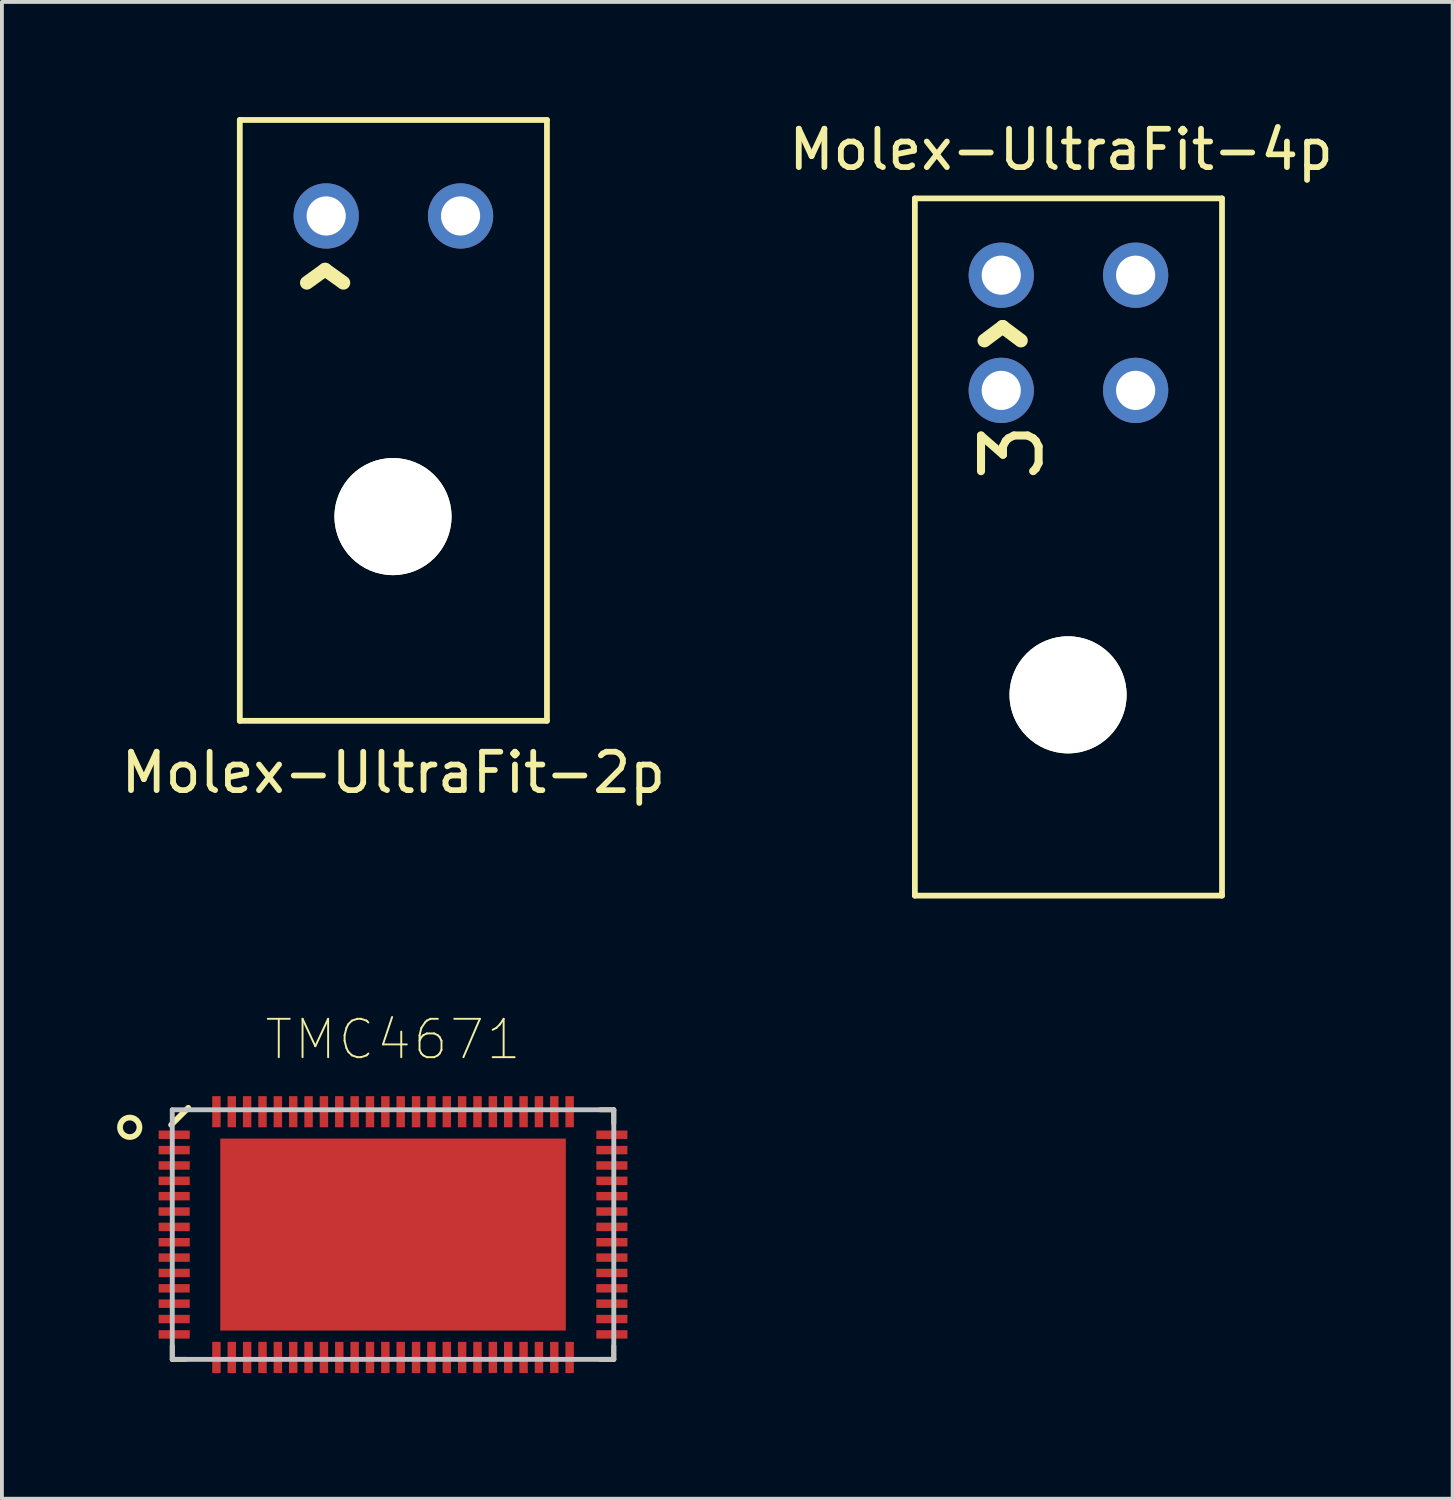
<source format=kicad_pcb>
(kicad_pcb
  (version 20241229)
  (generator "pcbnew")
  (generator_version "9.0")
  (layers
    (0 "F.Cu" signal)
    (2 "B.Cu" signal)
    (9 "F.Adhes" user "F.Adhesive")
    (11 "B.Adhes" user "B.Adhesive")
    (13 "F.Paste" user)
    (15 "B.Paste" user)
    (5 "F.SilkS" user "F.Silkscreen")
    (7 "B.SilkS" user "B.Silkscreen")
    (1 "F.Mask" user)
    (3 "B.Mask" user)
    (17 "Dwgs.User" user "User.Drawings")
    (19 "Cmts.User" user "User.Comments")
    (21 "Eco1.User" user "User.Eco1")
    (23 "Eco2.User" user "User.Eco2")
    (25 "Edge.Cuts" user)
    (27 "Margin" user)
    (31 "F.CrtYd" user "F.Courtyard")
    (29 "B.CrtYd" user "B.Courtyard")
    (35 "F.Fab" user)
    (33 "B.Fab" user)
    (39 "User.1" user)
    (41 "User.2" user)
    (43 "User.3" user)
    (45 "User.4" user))
  (footprint "Molex-UltraFit-4p"
    (layer "F.Cu")
    (at 20.779 2.118)
    (property "Reference" "Molex-UltraFit-4p" (at 3.81 -1.27 0) (layer "F.SilkS") (effects (font (size 1 1) (thickness 0.15))))
    (attr through_hole)
    (fp_line (start 0 0) (end 0 18.16) (stroke (width 0.15) (type solid)) (layer "F.SilkS"))
    (fp_line (start 0 0) (end 8 0) (stroke (width 0.15) (type solid)) (layer "F.SilkS"))
    (fp_line (start 0 18.16) (end 8 18.16) (stroke (width 0.15) (type solid)) (layer "F.SilkS"))
    (fp_line (start 8 0) (end 8 18.16) (stroke (width 0.15) (type solid)) (layer "F.SilkS"))
    (fp_text user "^" (at 2.286 4.826 0) (layer "F.SilkS") (effects (font (size 2.5 2.5) (thickness 0.357))))
    (fp_text user "3" (at 2.54 6.604 90) (layer "F.SilkS") (effects (font (size 1.5 1.5) (thickness 0.21))))
    (pad "" np_thru_hole circle (at 3.99 12.93) (size 3.05 3.05) (drill 3.05) (layers "*.Cu" "*.Mask" "F.SilkS"))
    (pad "1" thru_hole circle (at 2.25 2) (size 1.7 1.7) (drill 1.02) (layers "*.Cu" "*.Mask"))
    (pad "2" thru_hole circle (at 5.75 2) (size 1.7 1.7) (drill 1.02) (layers "*.Cu" "*.Mask"))
    (pad "3" thru_hole circle (at 2.25 5) (size 1.7 1.7) (drill 1.02) (layers "*.Cu" "*.Mask"))
    (pad "4" thru_hole circle (at 5.75 5) (size 1.7 1.7) (drill 1.02) (layers "*.Cu" "*.Mask")))
  (footprint "Molex-UltraFit-2p"
    (layer "F.Cu")
    (at 7.196 10.475)
    (property "Reference" "Molex-UltraFit-2p" (at 0 6.6 0) (layer "F.SilkS") (effects (font (size 1 1) (thickness 0.15))))
    (attr through_hole)
    (fp_line (start -4 -10.4) (end -4 5.25) (stroke (width 0.15) (type solid)) (layer "F.SilkS"))
    (fp_line (start -4 -10.4) (end 4 -10.4) (stroke (width 0.15) (type solid)) (layer "F.SilkS"))
    (fp_line (start -4 5.25) (end 4 5.25) (stroke (width 0.15) (type solid)) (layer "F.SilkS"))
    (fp_line (start 4 -10.4) (end 4 5.25) (stroke (width 0.15) (type solid)) (layer "F.SilkS"))
    (fp_text user "^" (at -1.778 -5.08 0) (layer "F.SilkS") (effects (font (size 2.4 2.5) (thickness 0.357))))
    (pad "" np_thru_hole circle (at -0.01 -0.07) (size 3.05 3.05) (drill 3.05) (layers "*.Cu" "*.Mask" "F.SilkS"))
    (pad "1" thru_hole circle (at -1.75 -7.9) (size 1.7 1.7) (drill 1.02) (layers "*.Cu" "*.Mask"))
    (pad "2" thru_hole circle (at 1.75 -7.9) (size 1.7 1.7) (drill 1.02) (layers "*.Cu" "*.Mask")))
  (footprint "TMC4671"
    (layer "F.Cu")
    (at 7.187 29.106)
    (property "Reference" "TMC4671" (at 0 -5.08 0) (layer "F.SilkS") (effects (font (size 1 1) (thickness 0.05))))
    (attr smd)
    (fp_line (start -5.779 -2.857) (end -5.334 -3.302) (stroke (width 0.15) (type solid)) (layer "F.SilkS"))
    (fp_line (start -5.75 3.25) (end -5.75 2.9) (stroke (width 0.127) (type solid)) (layer "F.SilkS"))
    (fp_line (start -5.75 3.25) (end -5.4 3.25) (stroke (width 0.127) (type solid)) (layer "F.SilkS"))
    (fp_line (start 5.75 -3.25) (end 5.4 -3.25) (stroke (width 0.127) (type solid)) (layer "F.SilkS"))
    (fp_line (start 5.75 -3.25) (end 5.75 -2.9) (stroke (width 0.127) (type solid)) (layer "F.SilkS"))
    (fp_line (start 5.75 3.25) (end 5.4 3.25) (stroke (width 0.127) (type solid)) (layer "F.SilkS"))
    (fp_line (start 5.75 3.25) (end 5.75 2.9) (stroke (width 0.127) (type solid)) (layer "F.SilkS"))
    (fp_circle (center -6.858 -2.794) (end -6.604 -2.794) (stroke (width 0.15) (type solid)) (fill no) (layer "F.SilkS"))
    (fp_poly (pts (xy -3.92 -0.32) (xy -3.92 -2.18) (xy -0.58 -2.18) (xy -0.58 -0.32)) (stroke (width 0) (type solid)) (fill yes) (layer "F.Paste"))
    (fp_poly (pts (xy -3.92 2.18) (xy -3.92 0.32) (xy -0.58 0.32) (xy -0.58 2.18)) (stroke (width 0) (type solid)) (fill yes) (layer "F.Paste"))
    (fp_poly (pts (xy 0.58 -0.32) (xy 0.58 -2.18) (xy 3.92 -2.18) (xy 3.92 -0.32)) (stroke (width 0) (type solid)) (fill yes) (layer "F.Paste"))
    (fp_poly (pts (xy 0.58 2.18) (xy 0.58 0.32) (xy 3.92 0.32) (xy 3.92 2.18)) (stroke (width 0) (type solid)) (fill yes) (layer "F.Paste"))
    (fp_line (start -5.75 -3.25) (end -5.75 3.25) (stroke (width 0.127) (type solid)) (layer "Dwgs.User"))
    (fp_line (start 5.75 -3.25) (end -5.75 -3.25) (stroke (width 0.127) (type solid)) (layer "Dwgs.User"))
    (fp_line (start 5.75 -3.25) (end 5.75 3.25) (stroke (width 0.127) (type solid)) (layer "Dwgs.User"))
    (fp_line (start 5.75 3.25) (end -5.75 3.25) (stroke (width 0.127) (type solid)) (layer "Dwgs.User"))
    (fp_line (start -6.355 3.855) (end -6.355 -3.855) (stroke (width 0.05) (type solid)) (layer "Eco1.User"))
    (fp_line (start 6.355 -3.855) (end -6.355 -3.855) (stroke (width 0.05) (type solid)) (layer "Eco1.User"))
    (fp_line (start 6.355 3.855) (end -6.355 3.855) (stroke (width 0.05) (type solid)) (layer "Eco1.User"))
    (fp_line (start 6.355 3.855) (end 6.355 -3.855) (stroke (width 0.05) (type solid)) (layer "Eco1.User"))
    (pad "0" smd rect (at 0 0 90) (size 5 9) (layers "F.Cu" "F.Mask" "F.Paste"))
    (pad "1" smd rect (at -5.7 -2.6 180) (size 0.81 0.22) (layers "F.Cu" "F.Mask" "F.Paste"))
    (pad "2" smd rect (at -5.7 -2.2 180) (size 0.81 0.22) (layers "F.Cu" "F.Mask" "F.Paste"))
    (pad "3" smd rect (at -5.7 -1.8 180) (size 0.81 0.22) (layers "F.Cu" "F.Mask" "F.Paste"))
    (pad "4" smd rect (at -5.7 -1.4 180) (size 0.81 0.22) (layers "F.Cu" "F.Mask" "F.Paste"))
    (pad "5" smd rect (at -5.7 -1 180) (size 0.81 0.22) (layers "F.Cu" "F.Mask" "F.Paste"))
    (pad "6" smd rect (at -5.7 -0.6 180) (size 0.81 0.22) (layers "F.Cu" "F.Mask" "F.Paste"))
    (pad "7" smd rect (at -5.7 -0.2 180) (size 0.81 0.22) (layers "F.Cu" "F.Mask" "F.Paste"))
    (pad "8" smd rect (at -5.7 0.2 180) (size 0.81 0.22) (layers "F.Cu" "F.Mask" "F.Paste"))
    (pad "9" smd rect (at -5.7 0.6 180) (size 0.81 0.22) (layers "F.Cu" "F.Mask" "F.Paste"))
    (pad "10" smd rect (at -5.7 1 180) (size 0.81 0.22) (layers "F.Cu" "F.Mask" "F.Paste"))
    (pad "11" smd rect (at -5.7 1.4 180) (size 0.81 0.22) (layers "F.Cu" "F.Mask" "F.Paste"))
    (pad "12" smd rect (at -5.7 1.8 180) (size 0.81 0.22) (layers "F.Cu" "F.Mask" "F.Paste"))
    (pad "13" smd rect (at -5.7 2.2 180) (size 0.81 0.22) (layers "F.Cu" "F.Mask" "F.Paste"))
    (pad "14" smd rect (at -5.7 2.6 180) (size 0.81 0.22) (layers "F.Cu" "F.Mask" "F.Paste"))
    (pad "15" smd rect (at -4.6 3.2 90) (size 0.81 0.22) (layers "F.Cu" "F.Mask" "F.Paste"))
    (pad "16" smd rect (at -4.2 3.2 90) (size 0.81 0.22) (layers "F.Cu" "F.Mask" "F.Paste"))
    (pad "17" smd rect (at -3.8 3.2 90) (size 0.81 0.22) (layers "F.Cu" "F.Mask" "F.Paste"))
    (pad "18" smd rect (at -3.4 3.2 90) (size 0.81 0.22) (layers "F.Cu" "F.Mask" "F.Paste"))
    (pad "19" smd rect (at -3 3.2 90) (size 0.81 0.22) (layers "F.Cu" "F.Mask" "F.Paste"))
    (pad "20" smd rect (at -2.6 3.2 90) (size 0.81 0.22) (layers "F.Cu" "F.Mask" "F.Paste"))
    (pad "21" smd rect (at -2.2 3.2 90) (size 0.81 0.22) (layers "F.Cu" "F.Mask" "F.Paste"))
    (pad "22" smd rect (at -1.8 3.2 90) (size 0.81 0.22) (layers "F.Cu" "F.Mask" "F.Paste"))
    (pad "23" smd rect (at -1.4 3.2 90) (size 0.81 0.22) (layers "F.Cu" "F.Mask" "F.Paste"))
    (pad "24" smd rect (at -1 3.2 90) (size 0.81 0.22) (layers "F.Cu" "F.Mask" "F.Paste"))
    (pad "25" smd rect (at -0.6 3.2 90) (size 0.81 0.22) (layers "F.Cu" "F.Mask" "F.Paste"))
    (pad "26" smd rect (at -0.2 3.2 90) (size 0.81 0.22) (layers "F.Cu" "F.Mask" "F.Paste"))
    (pad "27" smd rect (at 0.2 3.2 90) (size 0.81 0.22) (layers "F.Cu" "F.Mask" "F.Paste"))
    (pad "28" smd rect (at 0.6 3.2 90) (size 0.81 0.22) (layers "F.Cu" "F.Mask" "F.Paste"))
    (pad "29" smd rect (at 1 3.2 90) (size 0.81 0.22) (layers "F.Cu" "F.Mask" "F.Paste"))
    (pad "30" smd rect (at 1.4 3.2 90) (size 0.81 0.22) (layers "F.Cu" "F.Mask" "F.Paste"))
    (pad "31" smd rect (at 1.8 3.2 90) (size 0.81 0.22) (layers "F.Cu" "F.Mask" "F.Paste"))
    (pad "32" smd rect (at 2.2 3.2 90) (size 0.81 0.22) (layers "F.Cu" "F.Mask" "F.Paste"))
    (pad "33" smd rect (at 2.6 3.2 90) (size 0.81 0.22) (layers "F.Cu" "F.Mask" "F.Paste"))
    (pad "34" smd rect (at 3 3.2 90) (size 0.81 0.22) (layers "F.Cu" "F.Mask" "F.Paste"))
    (pad "35" smd rect (at 3.4 3.2 90) (size 0.81 0.22) (layers "F.Cu" "F.Mask" "F.Paste"))
    (pad "36" smd rect (at 3.8 3.2 90) (size 0.81 0.22) (layers "F.Cu" "F.Mask" "F.Paste"))
    (pad "37" smd rect (at 4.2 3.2 90) (size 0.81 0.22) (layers "F.Cu" "F.Mask" "F.Paste"))
    (pad "38" smd rect (at 4.6 3.2 90) (size 0.81 0.22) (layers "F.Cu" "F.Mask" "F.Paste"))
    (pad "39" smd rect (at 5.7 2.6 180) (size 0.81 0.22) (layers "F.Cu" "F.Mask" "F.Paste"))
    (pad "40" smd rect (at 5.7 2.2 180) (size 0.81 0.22) (layers "F.Cu" "F.Mask" "F.Paste"))
    (pad "41" smd rect (at 5.7 1.8 180) (size 0.81 0.22) (layers "F.Cu" "F.Mask" "F.Paste"))
    (pad "42" smd rect (at 5.7 1.4 180) (size 0.81 0.22) (layers "F.Cu" "F.Mask" "F.Paste"))
    (pad "43" smd rect (at 5.7 1 180) (size 0.81 0.22) (layers "F.Cu" "F.Mask" "F.Paste"))
    (pad "44" smd rect (at 5.7 0.6 180) (size 0.81 0.22) (layers "F.Cu" "F.Mask" "F.Paste"))
    (pad "45" smd rect (at 5.7 0.2 180) (size 0.81 0.22) (layers "F.Cu" "F.Mask" "F.Paste"))
    (pad "46" smd rect (at 5.7 -0.2 180) (size 0.81 0.22) (layers "F.Cu" "F.Mask" "F.Paste"))
    (pad "47" smd rect (at 5.7 -0.6 180) (size 0.81 0.22) (layers "F.Cu" "F.Mask" "F.Paste"))
    (pad "48" smd rect (at 5.7 -1 180) (size 0.81 0.22) (layers "F.Cu" "F.Mask" "F.Paste"))
    (pad "49" smd rect (at 5.7 -1.4 180) (size 0.81 0.22) (layers "F.Cu" "F.Mask" "F.Paste"))
    (pad "50" smd rect (at 5.7 -1.8 180) (size 0.81 0.22) (layers "F.Cu" "F.Mask" "F.Paste"))
    (pad "51" smd rect (at 5.7 -2.2 180) (size 0.81 0.22) (layers "F.Cu" "F.Mask" "F.Paste"))
    (pad "52" smd rect (at 5.7 -2.6 180) (size 0.81 0.22) (layers "F.Cu" "F.Mask" "F.Paste"))
    (pad "53" smd rect (at 4.6 -3.2 90) (size 0.81 0.22) (layers "F.Cu" "F.Mask" "F.Paste"))
    (pad "54" smd rect (at 4.2 -3.2 90) (size 0.81 0.22) (layers "F.Cu" "F.Mask" "F.Paste"))
    (pad "55" smd rect (at 3.8 -3.2 90) (size 0.81 0.22) (layers "F.Cu" "F.Mask" "F.Paste"))
    (pad "56" smd rect (at 3.4 -3.2 90) (size 0.81 0.22) (layers "F.Cu" "F.Mask" "F.Paste"))
    (pad "57" smd rect (at 3 -3.2 90) (size 0.81 0.22) (layers "F.Cu" "F.Mask" "F.Paste"))
    (pad "58" smd rect (at 2.6 -3.2 90) (size 0.81 0.22) (layers "F.Cu" "F.Mask" "F.Paste"))
    (pad "59" smd rect (at 2.2 -3.2 90) (size 0.81 0.22) (layers "F.Cu" "F.Mask" "F.Paste"))
    (pad "60" smd rect (at 1.8 -3.2 90) (size 0.81 0.22) (layers "F.Cu" "F.Mask" "F.Paste"))
    (pad "61" smd rect (at 1.4 -3.2 90) (size 0.81 0.22) (layers "F.Cu" "F.Mask" "F.Paste"))
    (pad "62" smd rect (at 1 -3.2 90) (size 0.81 0.22) (layers "F.Cu" "F.Mask" "F.Paste"))
    (pad "63" smd rect (at 0.6 -3.2 90) (size 0.81 0.22) (layers "F.Cu" "F.Mask" "F.Paste"))
    (pad "64" smd rect (at 0.2 -3.2 90) (size 0.81 0.22) (layers "F.Cu" "F.Mask" "F.Paste"))
    (pad "65" smd rect (at -0.2 -3.2 90) (size 0.81 0.22) (layers "F.Cu" "F.Mask" "F.Paste"))
    (pad "66" smd rect (at -0.6 -3.2 90) (size 0.81 0.22) (layers "F.Cu" "F.Mask" "F.Paste"))
    (pad "67" smd rect (at -1 -3.2 90) (size 0.81 0.22) (layers "F.Cu" "F.Mask" "F.Paste"))
    (pad "68" smd rect (at -1.4 -3.2 90) (size 0.81 0.22) (layers "F.Cu" "F.Mask" "F.Paste"))
    (pad "69" smd rect (at -1.8 -3.2 90) (size 0.81 0.22) (layers "F.Cu" "F.Mask" "F.Paste"))
    (pad "70" smd rect (at -2.2 -3.2 90) (size 0.81 0.22) (layers "F.Cu" "F.Mask" "F.Paste"))
    (pad "71" smd rect (at -2.6 -3.2 90) (size 0.81 0.22) (layers "F.Cu" "F.Mask" "F.Paste"))
    (pad "72" smd rect (at -3 -3.2 90) (size 0.81 0.22) (layers "F.Cu" "F.Mask" "F.Paste"))
    (pad "73" smd rect (at -3.4 -3.2 90) (size 0.81 0.22) (layers "F.Cu" "F.Mask" "F.Paste"))
    (pad "74" smd rect (at -3.8 -3.2 90) (size 0.81 0.22) (layers "F.Cu" "F.Mask" "F.Paste"))
    (pad "75" smd rect (at -4.2 -3.2 90) (size 0.81 0.22) (layers "F.Cu" "F.Mask" "F.Paste"))
    (pad "76" smd rect (at -4.6 -3.2 90) (size 0.81 0.22) (layers "F.Cu" "F.Mask" "F.Paste")))
  (gr_rect
    (start -3 -3)
    (end 34.786 35.986)
    (stroke (width 0.1) (type default))
    (fill no)
    (layer "Edge.Cuts")))
</source>
